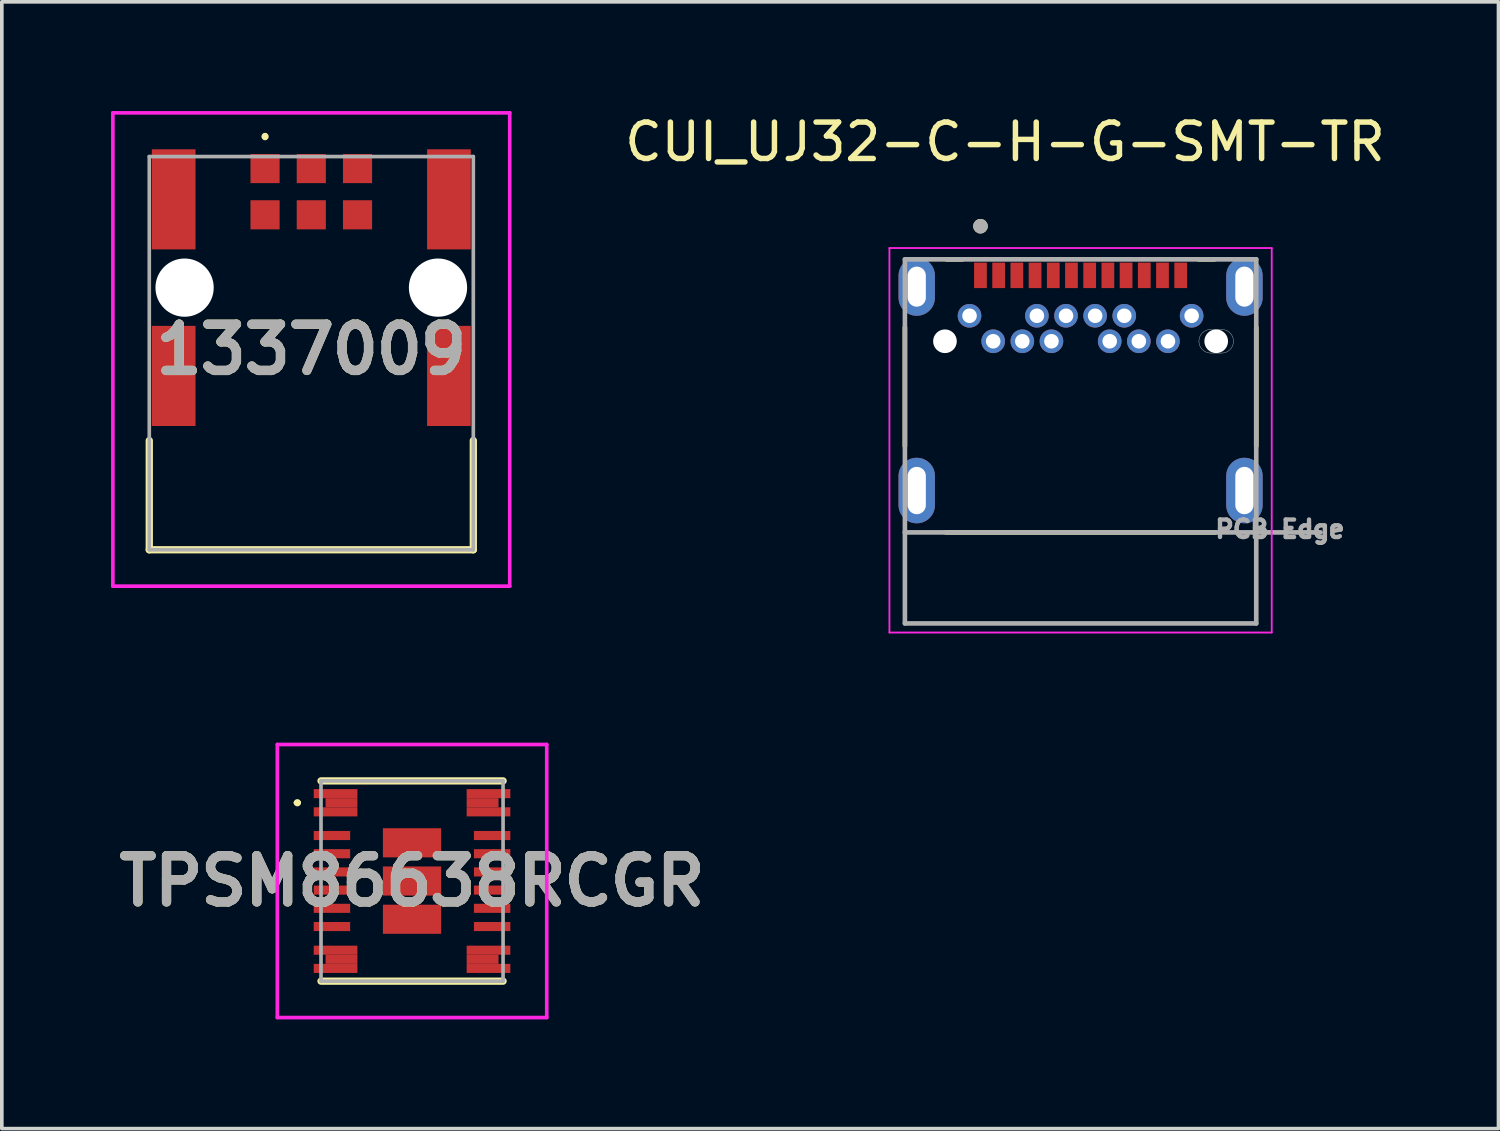
<source format=kicad_pcb>
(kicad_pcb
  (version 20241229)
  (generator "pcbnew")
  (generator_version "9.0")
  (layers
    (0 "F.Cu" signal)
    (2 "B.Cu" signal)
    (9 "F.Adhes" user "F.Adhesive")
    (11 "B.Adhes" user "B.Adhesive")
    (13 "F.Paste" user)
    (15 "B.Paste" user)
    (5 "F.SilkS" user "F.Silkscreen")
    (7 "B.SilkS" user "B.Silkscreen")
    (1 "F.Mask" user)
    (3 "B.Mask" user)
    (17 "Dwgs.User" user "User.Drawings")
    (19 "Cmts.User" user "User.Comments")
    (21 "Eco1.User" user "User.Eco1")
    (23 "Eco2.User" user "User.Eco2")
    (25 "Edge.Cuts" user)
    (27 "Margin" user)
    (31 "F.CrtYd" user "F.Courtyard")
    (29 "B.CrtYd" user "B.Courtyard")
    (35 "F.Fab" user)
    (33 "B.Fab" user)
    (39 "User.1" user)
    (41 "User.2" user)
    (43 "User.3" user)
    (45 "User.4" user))
  (footprint "TPSM86638RCGR"
    (layer "F.Cu")
    (at 8.267 21.148)
    (property "Reference" "TPSM86638RCGR" (at 0 0 0) (layer "F.SilkS") (effects (font (size 1.27 1.27) (thickness 0.254))))
    (attr smd)
    (fp_line (start -3.2 -2.15) (end -3.2 -2.15) (stroke (width 0.1) (type solid)) (layer "F.SilkS"))
    (fp_line (start -3.1 -2.15) (end -3.1 -2.15) (stroke (width 0.1) (type solid)) (layer "F.SilkS"))
    (fp_line (start -2.5 -2.75) (end 2.5 -2.75) (stroke (width 0.2) (type solid)) (layer "F.SilkS"))
    (fp_line (start -2.5 2.75) (end 2.5 2.75) (stroke (width 0.2) (type solid)) (layer "F.SilkS"))
    (fp_arc (start -3.2 -2.15) (mid -3.15 -2.2) (end -3.1 -2.15) (stroke (width 0.1) (type solid)) (layer "F.SilkS"))
    (fp_arc (start -3.1 -2.15) (mid -3.15 -2.1) (end -3.2 -2.15) (stroke (width 0.1) (type solid)) (layer "F.SilkS"))
    (fp_line (start -3.7 -3.75) (end 3.7 -3.75) (stroke (width 0.1) (type solid)) (layer "F.CrtYd"))
    (fp_line (start -3.7 3.75) (end -3.7 -3.75) (stroke (width 0.1) (type solid)) (layer "F.CrtYd"))
    (fp_line (start 3.7 -3.75) (end 3.7 3.75) (stroke (width 0.1) (type solid)) (layer "F.CrtYd"))
    (fp_line (start 3.7 3.75) (end -3.7 3.75) (stroke (width 0.1) (type solid)) (layer "F.CrtYd"))
    (fp_line (start -2.5 -2.75) (end -2.5 2.75) (stroke (width 0.1) (type solid)) (layer "F.Fab"))
    (fp_line (start -2.5 2.75) (end 2.5 2.75) (stroke (width 0.1) (type solid)) (layer "F.Fab"))
    (fp_line (start 2.5 -2.75) (end -2.5 -2.75) (stroke (width 0.1) (type solid)) (layer "F.Fab"))
    (fp_line (start 2.5 2.75) (end 2.5 -2.75) (stroke (width 0.1) (type solid)) (layer "F.Fab"))
    (fp_text user "${REFERENCE}" (at 0 0 0) (layer "F.Fab") (effects (font (size 1.27 1.27) (thickness 0.254))))
    (pad "1" smd rect (at -1.938 -2.15 90) (size 0.25 0.875) (layers "F.Cu" "F.Mask" "F.Paste"))
    (pad "2" smd rect (at -2.2 -1.25 90) (size 0.25 1) (layers "F.Cu" "F.Mask" "F.Paste"))
    (pad "3" smd rect (at -2.2 -0.75 90) (size 0.25 1) (layers "F.Cu" "F.Mask" "F.Paste"))
    (pad "4" smd rect (at -2.2 -0.25 90) (size 0.25 1) (layers "F.Cu" "F.Mask" "F.Paste"))
    (pad "5" smd rect (at -2.2 0.25 90) (size 0.25 1) (layers "F.Cu" "F.Mask" "F.Paste"))
    (pad "6" smd rect (at -2.2 0.75 90) (size 0.25 1) (layers "F.Cu" "F.Mask" "F.Paste"))
    (pad "7" smd rect (at -2.2 1.25 90) (size 0.25 1) (layers "F.Cu" "F.Mask" "F.Paste"))
    (pad "8" smd rect (at -1.938 2.15 90) (size 0.25 0.875) (layers "F.Cu" "F.Mask" "F.Paste"))
    (pad "9" smd rect (at 1.938 2.15 90) (size 0.25 0.875) (layers "F.Cu" "F.Mask" "F.Paste"))
    (pad "10" smd rect (at 2.2 1.25 90) (size 0.25 1) (layers "F.Cu" "F.Mask" "F.Paste"))
    (pad "11" smd rect (at 2.2 0.75 90) (size 0.25 1) (layers "F.Cu" "F.Mask" "F.Paste"))
    (pad "12" smd rect (at 2.2 0.25 90) (size 0.25 1) (layers "F.Cu" "F.Mask" "F.Paste"))
    (pad "13" smd rect (at 2.2 -0.25 90) (size 0.25 1) (layers "F.Cu" "F.Mask" "F.Paste"))
    (pad "14" smd rect (at 2.2 -0.75 90) (size 0.25 1) (layers "F.Cu" "F.Mask" "F.Paste"))
    (pad "15" smd rect (at 2.2 -1.25 90) (size 0.25 1) (layers "F.Cu" "F.Mask" "F.Paste"))
    (pad "16" smd rect (at 1.938 -2.15 90) (size 0.25 0.875) (layers "F.Cu" "F.Mask" "F.Paste"))
    (pad "17" smd rect (at 0 -1.05 90) (size 0.8 1.6) (layers "F.Cu" "F.Mask" "F.Paste"))
    (pad "18" smd rect (at 0 0 90) (size 0.8 1.6) (layers "F.Cu" "F.Mask" "F.Paste"))
    (pad "19" smd rect (at 0 1.05 90) (size 0.8 1.6) (layers "F.Cu" "F.Mask" "F.Paste"))
    (pad "20" smd rect (at -2.1 -2.4 90) (size 0.25 1.2) (layers "F.Cu" "F.Mask" "F.Paste"))
    (pad "21" smd rect (at -2.1 -1.9 90) (size 0.25 1.2) (layers "F.Cu" "F.Mask" "F.Paste"))
    (pad "22" smd rect (at -2.1 1.9 90) (size 0.25 1.2) (layers "F.Cu" "F.Mask" "F.Paste"))
    (pad "23" smd rect (at -2.1 2.4 90) (size 0.25 1.2) (layers "F.Cu" "F.Mask" "F.Paste"))
    (pad "24" smd rect (at 2.1 2.4 90) (size 0.25 1.2) (layers "F.Cu" "F.Mask" "F.Paste"))
    (pad "25" smd rect (at 2.1 1.9 90) (size 0.25 1.2) (layers "F.Cu" "F.Mask" "F.Paste"))
    (pad "26" smd rect (at 2.1 -1.9 90) (size 0.25 1.2) (layers "F.Cu" "F.Mask" "F.Paste"))
    (pad "27" smd rect (at 2.1 -2.4 90) (size 0.25 1.2) (layers "F.Cu" "F.Mask" "F.Paste")))
  (footprint "1337009"
    (layer "F.Cu")
    (at 5.5 6.65)
    (property "Reference" "1337009" (at 0 -0.1 0) (layer "F.SilkS") (effects (font (size 1.27 1.27) (thickness 0.254))))
    (attr through_hole)
    (fp_line (start -4.45 2.4) (end -4.45 5.4) (stroke (width 0.2) (type solid)) (layer "F.SilkS"))
    (fp_line (start -4.45 5.4) (end 4.45 5.4) (stroke (width 0.2) (type solid)) (layer "F.SilkS"))
    (fp_line (start -1.27 -6) (end -1.27 -6) (stroke (width 0.1) (type solid)) (layer "F.SilkS"))
    (fp_line (start -1.27 -5.9) (end -1.27 -5.9) (stroke (width 0.1) (type solid)) (layer "F.SilkS"))
    (fp_line (start 4.45 5.4) (end 4.45 2.4) (stroke (width 0.2) (type solid)) (layer "F.SilkS"))
    (fp_arc (start -1.27 -6) (mid -1.22 -5.95) (end -1.27 -5.9) (stroke (width 0.1) (type solid)) (layer "F.SilkS"))
    (fp_arc (start -1.27 -5.9) (mid -1.32 -5.95) (end -1.27 -6) (stroke (width 0.1) (type solid)) (layer "F.SilkS"))
    (fp_line (start -5.45 -6.6) (end 5.45 -6.6) (stroke (width 0.1) (type solid)) (layer "F.CrtYd"))
    (fp_line (start -5.45 6.4) (end -5.45 -6.6) (stroke (width 0.1) (type solid)) (layer "F.CrtYd"))
    (fp_line (start 5.45 -6.6) (end 5.45 6.4) (stroke (width 0.1) (type solid)) (layer "F.CrtYd"))
    (fp_line (start 5.45 6.4) (end -5.45 6.4) (stroke (width 0.1) (type solid)) (layer "F.CrtYd"))
    (fp_line (start -4.45 -5.4) (end -4.45 5.4) (stroke (width 0.1) (type solid)) (layer "F.Fab"))
    (fp_line (start -4.45 5.4) (end 4.45 5.4) (stroke (width 0.1) (type solid)) (layer "F.Fab"))
    (fp_line (start 4.45 -5.4) (end -4.45 -5.4) (stroke (width 0.1) (type solid)) (layer "F.Fab"))
    (fp_line (start 4.45 5.4) (end 4.45 -5.4) (stroke (width 0.1) (type solid)) (layer "F.Fab"))
    (fp_text user "${REFERENCE}" (at 0 -0.1 0) (layer "F.Fab") (effects (font (size 1.27 1.27) (thickness 0.254))))
    (pad "" np_thru_hole circle (at -3.48 -1.8) (size 1.6 1.6) (drill 1.6) (layers "*.Cu" "*.Mask"))
    (pad "" np_thru_hole circle (at 3.48 -1.8) (size 1.6 1.6) (drill 1.6) (layers "*.Cu" "*.Mask"))
    (pad "A1" smd rect (at -1.27 -3.8 90) (size 0.8 0.8) (layers "F.Cu" "F.Mask" "F.Paste"))
    (pad "A2" smd rect (at 0 -3.8 90) (size 0.8 0.8) (layers "F.Cu" "F.Mask" "F.Paste"))
    (pad "A3" smd rect (at 1.27 -3.8 90) (size 0.8 0.8) (layers "F.Cu" "F.Mask" "F.Paste"))
    (pad "B1" smd rect (at -1.27 -5.07 90) (size 0.8 0.8) (layers "F.Cu" "F.Mask" "F.Paste"))
    (pad "B2" smd rect (at 0 -5.07 90) (size 0.8 0.8) (layers "F.Cu" "F.Mask" "F.Paste"))
    (pad "B3" smd rect (at 1.27 -5.07 90) (size 0.8 0.8) (layers "F.Cu" "F.Mask" "F.Paste"))
    (pad "MP1" smd rect (at -3.78 0.625) (size 1.2 2.75) (layers "F.Cu" "F.Mask" "F.Paste"))
    (pad "MP2" smd rect (at 3.78 0.625) (size 1.2 2.75) (layers "F.Cu" "F.Mask" "F.Paste"))
    (pad "MP3" smd rect (at -3.78 -4.225) (size 1.2 2.75) (layers "F.Cu" "F.Mask" "F.Paste"))
    (pad "MP4" smd rect (at 3.78 -4.225) (size 1.2 2.75) (layers "F.Cu" "F.Mask" "F.Paste")))
  (footprint "CUI_UJ32-C-H-G-SMT-TR"
    (layer "F.Cu")
    (at 26.629 9.573)
    (property "Reference" "CUI_UJ32-C-H-G-SMT-TR" (at -2.075 -8.725 0) (layer "F.SilkS") (effects (font (size 1 1) (thickness 0.15))))
    (attr through_hole)
    (fp_poly (pts (xy -2.975 -5.46) (xy -2.525 -5.46) (xy -2.525 -4.66) (xy -2.975 -4.66)) (stroke (width 0.01) (type solid)) (fill yes) (layer "F.Mask"))
    (fp_poly (pts (xy -2.475 -5.46) (xy -2.025 -5.46) (xy -2.025 -4.66) (xy -2.475 -4.66)) (stroke (width 0.01) (type solid)) (fill yes) (layer "F.Mask"))
    (fp_poly (pts (xy -1.975 -5.46) (xy -1.525 -5.46) (xy -1.525 -4.66) (xy -1.975 -4.66)) (stroke (width 0.01) (type solid)) (fill yes) (layer "F.Mask"))
    (fp_poly (pts (xy -1.475 -5.46) (xy -1.025 -5.46) (xy -1.025 -4.66) (xy -1.475 -4.66)) (stroke (width 0.01) (type solid)) (fill yes) (layer "F.Mask"))
    (fp_poly (pts (xy -0.975 -5.46) (xy -0.525 -5.46) (xy -0.525 -4.66) (xy -0.975 -4.66)) (stroke (width 0.01) (type solid)) (fill yes) (layer "F.Mask"))
    (fp_poly (pts (xy -0.475 -5.46) (xy -0.025 -5.46) (xy -0.025 -4.66) (xy -0.475 -4.66)) (stroke (width 0.01) (type solid)) (fill yes) (layer "F.Mask"))
    (fp_poly (pts (xy 0.025 -5.46) (xy 0.475 -5.46) (xy 0.475 -4.66) (xy 0.025 -4.66)) (stroke (width 0.01) (type solid)) (fill yes) (layer "F.Mask"))
    (fp_poly (pts (xy 0.525 -5.46) (xy 0.975 -5.46) (xy 0.975 -4.66) (xy 0.525 -4.66)) (stroke (width 0.01) (type solid)) (fill yes) (layer "F.Mask"))
    (fp_poly (pts (xy 1.025 -5.46) (xy 1.475 -5.46) (xy 1.475 -4.66) (xy 1.025 -4.66)) (stroke (width 0.01) (type solid)) (fill yes) (layer "F.Mask"))
    (fp_poly (pts (xy 1.525 -5.46) (xy 1.975 -5.46) (xy 1.975 -4.66) (xy 1.525 -4.66)) (stroke (width 0.01) (type solid)) (fill yes) (layer "F.Mask"))
    (fp_poly (pts (xy 2.025 -5.46) (xy 2.475 -5.46) (xy 2.475 -4.66) (xy 2.025 -4.66)) (stroke (width 0.01) (type solid)) (fill yes) (layer "F.Mask"))
    (fp_poly (pts (xy 2.525 -5.46) (xy 2.975 -5.46) (xy 2.975 -4.66) (xy 2.525 -4.66)) (stroke (width 0.01) (type solid)) (fill yes) (layer "F.Mask"))
    (fp_line (start -4.825 -3.63) (end -4.825 -0.37) (stroke (width 0.127) (type solid)) (layer "F.SilkS"))
    (fp_line (start -3.7 2) (end 3.7 2) (stroke (width 0.127) (type solid)) (layer "F.SilkS"))
    (fp_line (start -3.68 -5.5) (end -3.245 -5.5) (stroke (width 0.127) (type solid)) (layer "F.SilkS"))
    (fp_line (start 3.68 -5.5) (end 3.245 -5.5) (stroke (width 0.127) (type solid)) (layer "F.SilkS"))
    (fp_line (start 4.825 -3.63) (end 4.825 -0.37) (stroke (width 0.127) (type solid)) (layer "F.SilkS"))
    (fp_circle (center -2.75 -6.41) (end -2.65 -6.41) (stroke (width 0.2) (type solid)) (fill no) (layer "F.SilkS"))
    (fp_line (start 3.575 -3.575) (end 3.875 -3.575) (stroke (width 0.01) (type solid)) (layer "Edge.Cuts"))
    (fp_line (start 3.875 -2.925) (end 3.575 -2.925) (stroke (width 0.01) (type solid)) (layer "Edge.Cuts"))
    (fp_arc (start 3.25 -3.25) (mid 3.34519 -3.47981) (end 3.575 -3.575) (stroke (width 0.01) (type solid)) (layer "Edge.Cuts"))
    (fp_arc (start 3.575 -2.925) (mid 3.34519 -3.02019) (end 3.25 -3.25) (stroke (width 0.01) (type solid)) (layer "Edge.Cuts"))
    (fp_arc (start 3.875 -3.575) (mid 4.10481 -3.47981) (end 4.2 -3.25) (stroke (width 0.01) (type solid)) (layer "Edge.Cuts"))
    (fp_arc (start 4.2 -3.25) (mid 4.10481 -3.02019) (end 3.875 -2.925) (stroke (width 0.01) (type solid)) (layer "Edge.Cuts"))
    (fp_line (start -5.25 -5.81) (end -5.25 4.75) (stroke (width 0.05) (type solid)) (layer "F.CrtYd"))
    (fp_line (start -5.25 4.75) (end 5.25 4.75) (stroke (width 0.05) (type solid)) (layer "F.CrtYd"))
    (fp_line (start 5.25 -5.81) (end -5.25 -5.81) (stroke (width 0.05) (type solid)) (layer "F.CrtYd"))
    (fp_line (start 5.25 4.75) (end 5.25 -5.81) (stroke (width 0.05) (type solid)) (layer "F.CrtYd"))
    (fp_line (start -4.825 -5.5) (end 4.825 -5.5) (stroke (width 0.127) (type solid)) (layer "F.Fab"))
    (fp_line (start -4.825 2) (end -4.825 -5.5) (stroke (width 0.127) (type solid)) (layer "F.Fab"))
    (fp_line (start -4.825 2) (end 6.59 2) (stroke (width 0.127) (type solid)) (layer "F.Fab"))
    (fp_line (start -4.825 4.5) (end -4.825 2) (stroke (width 0.127) (type solid)) (layer "F.Fab"))
    (fp_line (start 4.825 -5.5) (end 4.825 4.5) (stroke (width 0.127) (type solid)) (layer "F.Fab"))
    (fp_line (start 4.825 4.5) (end -4.825 4.5) (stroke (width 0.127) (type solid)) (layer "F.Fab"))
    (fp_circle (center -2.75 -6.41) (end -2.65 -6.41) (stroke (width 0.2) (type solid)) (fill no) (layer "F.Fab"))
    (fp_text user "PCB Edge" (at 5.475 1.91 0) (layer "F.Fab") (effects (font (size 0.48 0.48) (thickness 0.15))))
    (pad "" np_thru_hole circle (at -3.725 -3.25) (size 0.65 0.65) (drill 0.65) (layers "*.Cu" "*.Mask"))
    (pad "" np_thru_hole circle (at 3.725 -3.25) (size 0.65 0.65) (drill 0.65) (layers "*.Cu" "*.Mask"))
    (pad "A1" smd rect (at -2.75 -5.06) (size 0.35 0.7) (layers "F.Cu" "F.Paste"))
    (pad "A2" smd rect (at -2.25 -5.06) (size 0.35 0.7) (layers "F.Cu" "F.Paste"))
    (pad "A3" smd rect (at -1.75 -5.06) (size 0.35 0.7) (layers "F.Cu" "F.Paste"))
    (pad "A4" smd rect (at -1.25 -5.06) (size 0.35 0.7) (layers "F.Cu" "F.Paste"))
    (pad "A5" smd rect (at -0.75 -5.06) (size 0.35 0.7) (layers "F.Cu" "F.Paste"))
    (pad "A6" smd rect (at -0.25 -5.06) (size 0.35 0.7) (layers "F.Cu" "F.Paste"))
    (pad "A7" smd rect (at 0.25 -5.06) (size 0.35 0.7) (layers "F.Cu" "F.Paste"))
    (pad "A8" smd rect (at 0.75 -5.06) (size 0.35 0.7) (layers "F.Cu" "F.Paste"))
    (pad "A9" smd rect (at 1.25 -5.06) (size 0.35 0.7) (layers "F.Cu" "F.Paste"))
    (pad "A10" smd rect (at 1.75 -5.06) (size 0.35 0.7) (layers "F.Cu" "F.Paste"))
    (pad "A11" smd rect (at 2.25 -5.06) (size 0.35 0.7) (layers "F.Cu" "F.Paste"))
    (pad "A12" smd rect (at 2.75 -5.06) (size 0.35 0.7) (layers "F.Cu" "F.Paste"))
    (pad "B1" thru_hole circle (at 3.05 -3.95) (size 0.65 0.65) (drill 0.4) (layers "*.Cu" "*.Mask"))
    (pad "B2" thru_hole circle (at 2.4 -3.25) (size 0.65 0.65) (drill 0.4) (layers "*.Cu" "*.Mask"))
    (pad "B3" thru_hole circle (at 1.6 -3.25) (size 0.65 0.65) (drill 0.4) (layers "*.Cu" "*.Mask"))
    (pad "B4" thru_hole circle (at 1.2 -3.95) (size 0.65 0.65) (drill 0.4) (layers "*.Cu" "*.Mask"))
    (pad "B5" thru_hole circle (at 0.8 -3.25) (size 0.65 0.65) (drill 0.4) (layers "*.Cu" "*.Mask"))
    (pad "B6" thru_hole circle (at 0.4 -3.95) (size 0.65 0.65) (drill 0.4) (layers "*.Cu" "*.Mask"))
    (pad "B7" thru_hole circle (at -0.4 -3.95) (size 0.65 0.65) (drill 0.4) (layers "*.Cu" "*.Mask"))
    (pad "B8" thru_hole circle (at -0.8 -3.25) (size 0.65 0.65) (drill 0.4) (layers "*.Cu" "*.Mask"))
    (pad "B9" thru_hole circle (at -1.2 -3.95) (size 0.65 0.65) (drill 0.4) (layers "*.Cu" "*.Mask"))
    (pad "B10" thru_hole circle (at -1.6 -3.25) (size 0.65 0.65) (drill 0.4) (layers "*.Cu" "*.Mask"))
    (pad "B11" thru_hole circle (at -2.4 -3.25) (size 0.65 0.65) (drill 0.4) (layers "*.Cu" "*.Mask"))
    (pad "B12" thru_hole circle (at -3.05 -3.95) (size 0.65 0.65) (drill 0.4) (layers "*.Cu" "*.Mask"))
    (pad "SH1" thru_hole oval (at -4.5 0.85) (size 1 1.8) (drill oval 0.5 1.3) (layers "*.Cu" "*.Mask"))
    (pad "SH2" thru_hole oval (at 4.5 0.85) (size 1 1.8) (drill oval 0.5 1.3) (layers "*.Cu" "*.Mask"))
    (pad "SH3" thru_hole oval (at -4.5 -4.75) (size 1 1.6) (drill oval 0.5 1.1) (layers "*.Cu" "*.Mask"))
    (pad "SH4" thru_hole oval (at 4.5 -4.75) (size 1 1.6) (drill oval 0.5 1.1) (layers "*.Cu" "*.Mask")))
  (gr_rect
    (start -3 -3)
    (end 38.107 27.948)
    (stroke (width 0.1) (type default))
    (fill no)
    (layer "Edge.Cuts")))
</source>
